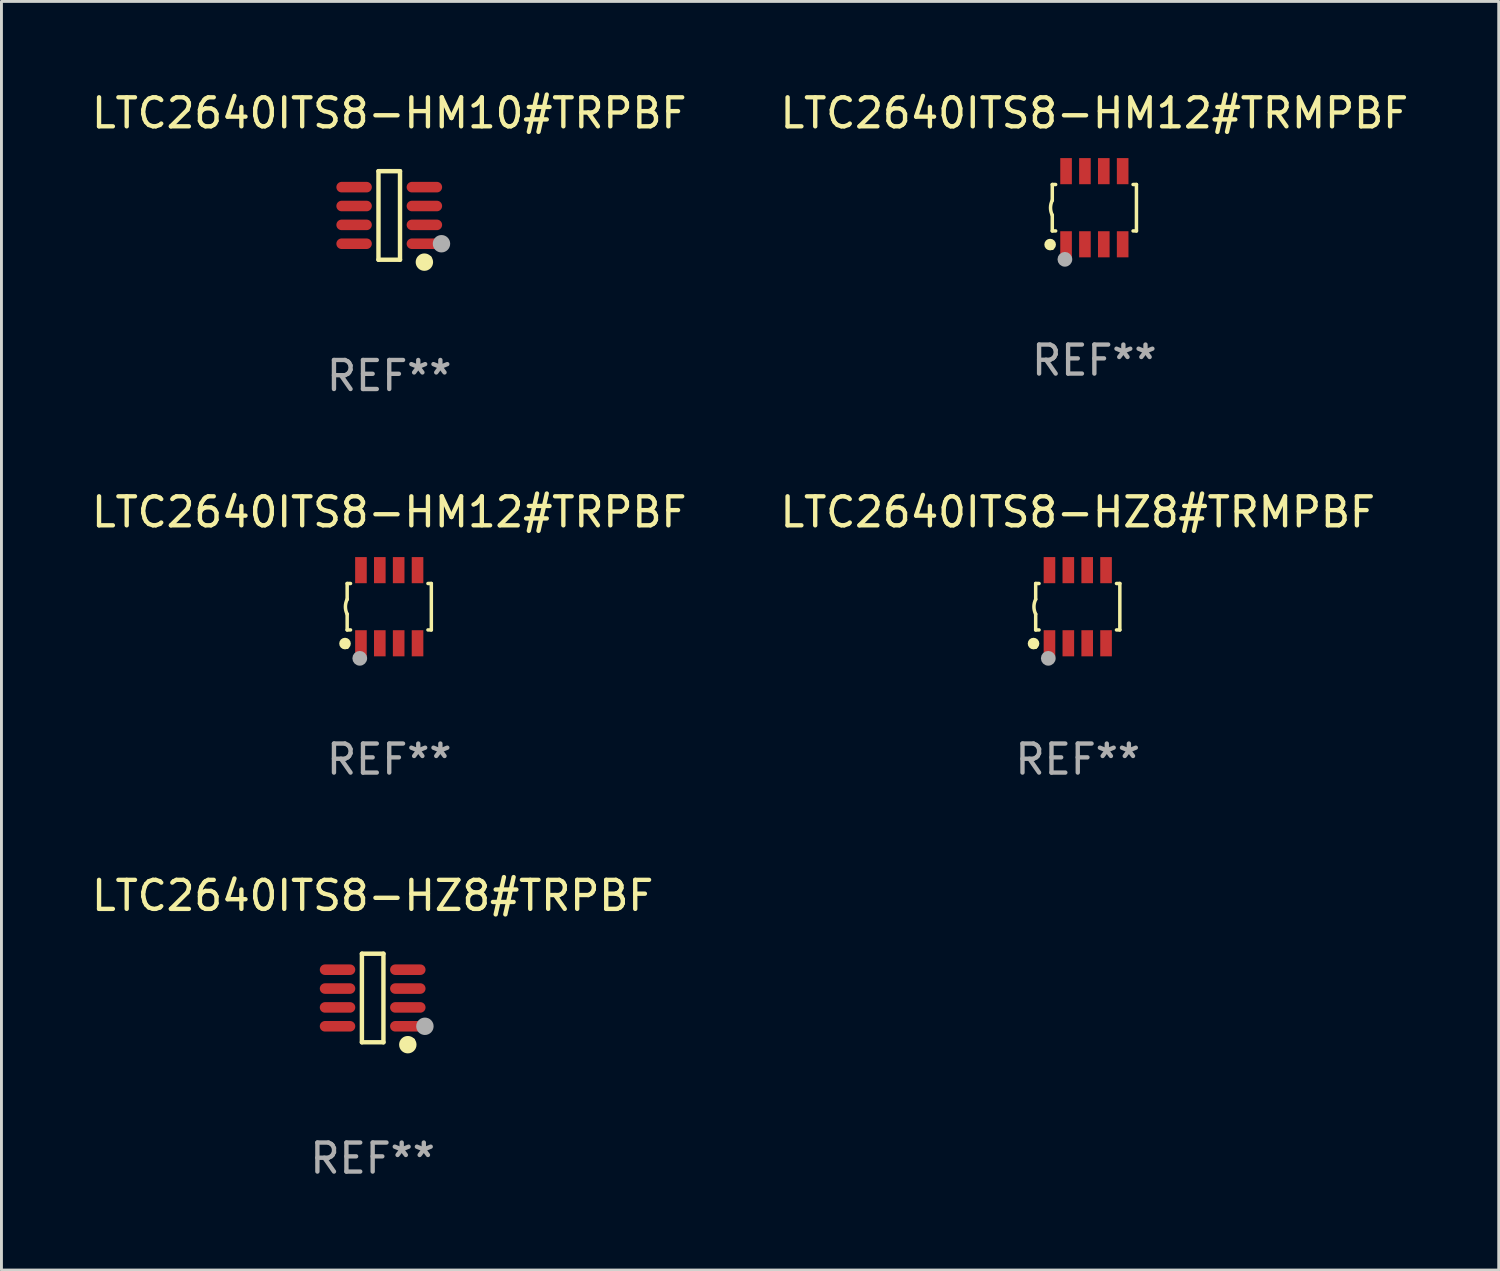
<source format=kicad_pcb>
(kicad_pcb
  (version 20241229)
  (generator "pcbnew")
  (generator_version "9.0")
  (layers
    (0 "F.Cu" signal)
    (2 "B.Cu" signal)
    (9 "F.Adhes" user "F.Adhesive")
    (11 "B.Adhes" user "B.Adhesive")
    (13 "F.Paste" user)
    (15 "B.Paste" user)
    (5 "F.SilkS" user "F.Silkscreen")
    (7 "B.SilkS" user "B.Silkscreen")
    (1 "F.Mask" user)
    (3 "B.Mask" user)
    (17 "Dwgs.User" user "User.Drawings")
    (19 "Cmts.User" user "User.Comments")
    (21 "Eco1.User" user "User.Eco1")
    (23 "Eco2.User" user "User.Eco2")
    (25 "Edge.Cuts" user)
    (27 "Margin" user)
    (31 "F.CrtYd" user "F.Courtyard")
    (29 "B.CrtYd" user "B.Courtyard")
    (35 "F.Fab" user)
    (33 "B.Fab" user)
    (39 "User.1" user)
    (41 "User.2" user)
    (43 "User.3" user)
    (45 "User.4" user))
  (footprint "LTC2640ITS8-HM12#TRPBF"
    (layer "F.Cu")
    (at 10.363 17.857)
    (property "Reference" "LTC2640ITS8-HM12#TRPBF" (at 0 -3.26 0) (layer "F.SilkS") (effects (font (size 1 1) (thickness 0.15))))
    (attr through_hole)
    (fp_line (start -1.45 -0.8) (end -1.45 -0.254) (stroke (width 0.12) (type solid)) (layer "F.SilkS"))
    (fp_line (start -1.45 -0.8) (end -1.334 -0.8) (stroke (width 0.12) (type solid)) (layer "F.SilkS"))
    (fp_line (start -1.45 0.8) (end -1.45 0.254) (stroke (width 0.12) (type solid)) (layer "F.SilkS"))
    (fp_line (start -1.45 0.8) (end -1.334 0.8) (stroke (width 0.12) (type solid)) (layer "F.SilkS"))
    (fp_line (start 1.334 -0.8) (end 1.45 -0.8) (stroke (width 0.12) (type solid)) (layer "F.SilkS"))
    (fp_line (start 1.334 0.8) (end 1.45 0.8) (stroke (width 0.12) (type solid)) (layer "F.SilkS"))
    (fp_line (start 1.45 0.8) (end 1.45 -0.8) (stroke (width 0.12) (type solid)) (layer "F.SilkS"))
    (fp_arc (start -1.45075 0.255144) (mid -1.510605 0.000434) (end -1.450013 -0.254102) (stroke (width 0.11999) (type solid)) (layer "F.SilkS"))
    (fp_circle (center -1.524 1.27) (end -1.424 1.27) (stroke (width 0.2) (type solid)) (fill no) (layer "F.SilkS"))
    (fp_circle (center -1.45 1.4) (end -1.42 1.4) (stroke (width 0.06) (type solid)) (fill no) (layer "F.SilkS"))
    (fp_circle (center -1.016 1.778) (end -0.889 1.778) (stroke (width 0.254) (type solid)) (fill no) (layer "F.Fab"))
    (fp_text user "REF**" (at 0 5.26 0) (layer "F.Fab") (effects (font (size 1 1) (thickness 0.15))))
    (pad "1" smd rect (at -0.975 1.26) (size 0.4 0.9) (layers "F.Cu" "F.Mask" "F.Paste"))
    (pad "2" smd rect (at -0.325 1.26) (size 0.4 0.9) (layers "F.Cu" "F.Mask" "F.Paste"))
    (pad "3" smd rect (at 0.325 1.26) (size 0.4 0.9) (layers "F.Cu" "F.Mask" "F.Paste"))
    (pad "4" smd rect (at 0.975 1.26) (size 0.4 0.9) (layers "F.Cu" "F.Mask" "F.Paste"))
    (pad "5" smd rect (at 0.975 -1.26) (size 0.4 0.9) (layers "F.Cu" "F.Mask" "F.Paste"))
    (pad "6" smd rect (at 0.325 -1.26) (size 0.4 0.9) (layers "F.Cu" "F.Mask" "F.Paste"))
    (pad "7" smd rect (at -0.325 -1.26) (size 0.4 0.9) (layers "F.Cu" "F.Mask" "F.Paste"))
    (pad "8" smd rect (at -0.975 -1.26) (size 0.4 0.9) (layers "F.Cu" "F.Mask" "F.Paste")))
  (footprint "LTC2640ITS8-HZ8#TRMPBF"
    (layer "F.Cu")
    (at 34.089 17.857)
    (property "Reference" "LTC2640ITS8-HZ8#TRMPBF" (at 0 -3.26 0) (layer "F.SilkS") (effects (font (size 1 1) (thickness 0.15))))
    (attr through_hole)
    (fp_line (start -1.45 -0.8) (end -1.45 -0.254) (stroke (width 0.12) (type solid)) (layer "F.SilkS"))
    (fp_line (start -1.45 -0.8) (end -1.334 -0.8) (stroke (width 0.12) (type solid)) (layer "F.SilkS"))
    (fp_line (start -1.45 0.8) (end -1.45 0.254) (stroke (width 0.12) (type solid)) (layer "F.SilkS"))
    (fp_line (start -1.45 0.8) (end -1.334 0.8) (stroke (width 0.12) (type solid)) (layer "F.SilkS"))
    (fp_line (start 1.334 -0.8) (end 1.45 -0.8) (stroke (width 0.12) (type solid)) (layer "F.SilkS"))
    (fp_line (start 1.334 0.8) (end 1.45 0.8) (stroke (width 0.12) (type solid)) (layer "F.SilkS"))
    (fp_line (start 1.45 0.8) (end 1.45 -0.8) (stroke (width 0.12) (type solid)) (layer "F.SilkS"))
    (fp_arc (start -1.45075 0.255144) (mid -1.510605 0.000434) (end -1.450013 -0.254102) (stroke (width 0.11999) (type solid)) (layer "F.SilkS"))
    (fp_circle (center -1.524 1.27) (end -1.424 1.27) (stroke (width 0.2) (type solid)) (fill no) (layer "F.SilkS"))
    (fp_circle (center -1.45 1.4) (end -1.42 1.4) (stroke (width 0.06) (type solid)) (fill no) (layer "F.SilkS"))
    (fp_circle (center -1.016 1.778) (end -0.889 1.778) (stroke (width 0.254) (type solid)) (fill no) (layer "F.Fab"))
    (fp_text user "REF**" (at 0 5.26 0) (layer "F.Fab") (effects (font (size 1 1) (thickness 0.15))))
    (pad "1" smd rect (at -0.975 1.26) (size 0.4 0.9) (layers "F.Cu" "F.Mask" "F.Paste"))
    (pad "2" smd rect (at -0.325 1.26) (size 0.4 0.9) (layers "F.Cu" "F.Mask" "F.Paste"))
    (pad "3" smd rect (at 0.325 1.26) (size 0.4 0.9) (layers "F.Cu" "F.Mask" "F.Paste"))
    (pad "4" smd rect (at 0.975 1.26) (size 0.4 0.9) (layers "F.Cu" "F.Mask" "F.Paste"))
    (pad "5" smd rect (at 0.975 -1.26) (size 0.4 0.9) (layers "F.Cu" "F.Mask" "F.Paste"))
    (pad "6" smd rect (at 0.325 -1.26) (size 0.4 0.9) (layers "F.Cu" "F.Mask" "F.Paste"))
    (pad "7" smd rect (at -0.325 -1.26) (size 0.4 0.9) (layers "F.Cu" "F.Mask" "F.Paste"))
    (pad "8" smd rect (at -0.975 -1.26) (size 0.4 0.9) (layers "F.Cu" "F.Mask" "F.Paste")))
  (footprint "LTC2640ITS8-HZ8#TRPBF"
    (layer "F.Cu")
    (at 9.792 31.34)
    (property "Reference" "LTC2640ITS8-HZ8#TRPBF" (at 0 -3.526 0) (layer "F.SilkS") (effects (font (size 1 1) (thickness 0.15))))
    (attr through_hole)
    (fp_line (start -0.371 -1.526) (end 0.371 -1.526) (stroke (width 0.152) (type solid)) (layer "F.SilkS"))
    (fp_line (start -0.371 1.526) (end -0.371 -1.526) (stroke (width 0.152) (type solid)) (layer "F.SilkS"))
    (fp_line (start 0.371 -1.526) (end 0.371 1.526) (stroke (width 0.152) (type solid)) (layer "F.SilkS"))
    (fp_line (start 0.371 1.526) (end -0.371 1.526) (stroke (width 0.152) (type solid)) (layer "F.SilkS"))
    (fp_circle (center 1.211 1.609) (end 1.361 1.609) (stroke (width 0.3) (type solid)) (fill no) (layer "F.SilkS"))
    (fp_circle (center 1.4 1.45) (end 1.43 1.45) (stroke (width 0.06) (type solid)) (fill no) (layer "F.SilkS"))
    (fp_circle (center 1.8 0.975) (end 1.95 0.975) (stroke (width 0.3) (type solid)) (fill no) (layer "F.Fab"))
    (fp_text user "REF**" (at 0 5.526 0) (layer "F.Fab") (effects (font (size 1 1) (thickness 0.15))))
    (pad "1" smd oval (at 1.211 0.975) (size 1.222 0.364) (layers "F.Cu" "F.Mask" "F.Paste"))
    (pad "2" smd oval (at 1.211 0.325) (size 1.222 0.364) (layers "F.Cu" "F.Mask" "F.Paste"))
    (pad "3" smd oval (at 1.211 -0.325) (size 1.222 0.364) (layers "F.Cu" "F.Mask" "F.Paste"))
    (pad "4" smd oval (at 1.211 -0.975) (size 1.222 0.364) (layers "F.Cu" "F.Mask" "F.Paste"))
    (pad "5" smd oval (at -1.211 -0.975) (size 1.222 0.364) (layers "F.Cu" "F.Mask" "F.Paste"))
    (pad "6" smd oval (at -1.211 -0.325) (size 1.222 0.364) (layers "F.Cu" "F.Mask" "F.Paste"))
    (pad "7" smd oval (at -1.211 0.325) (size 1.222 0.364) (layers "F.Cu" "F.Mask" "F.Paste"))
    (pad "8" smd oval (at -1.211 0.975) (size 1.222 0.364) (layers "F.Cu" "F.Mask" "F.Paste")))
  (footprint "LTC2640ITS8-HM12#TRMPBF"
    (layer "F.Cu")
    (at 34.661 4.108)
    (property "Reference" "LTC2640ITS8-HM12#TRMPBF" (at 0 -3.26 0) (layer "F.SilkS") (effects (font (size 1 1) (thickness 0.15))))
    (attr through_hole)
    (fp_line (start -1.45 -0.8) (end -1.45 -0.254) (stroke (width 0.12) (type solid)) (layer "F.SilkS"))
    (fp_line (start -1.45 -0.8) (end -1.334 -0.8) (stroke (width 0.12) (type solid)) (layer "F.SilkS"))
    (fp_line (start -1.45 0.8) (end -1.45 0.254) (stroke (width 0.12) (type solid)) (layer "F.SilkS"))
    (fp_line (start -1.45 0.8) (end -1.334 0.8) (stroke (width 0.12) (type solid)) (layer "F.SilkS"))
    (fp_line (start 1.334 -0.8) (end 1.45 -0.8) (stroke (width 0.12) (type solid)) (layer "F.SilkS"))
    (fp_line (start 1.334 0.8) (end 1.45 0.8) (stroke (width 0.12) (type solid)) (layer "F.SilkS"))
    (fp_line (start 1.45 0.8) (end 1.45 -0.8) (stroke (width 0.12) (type solid)) (layer "F.SilkS"))
    (fp_arc (start -1.45075 0.255144) (mid -1.510605 0.000434) (end -1.450013 -0.254102) (stroke (width 0.11999) (type solid)) (layer "F.SilkS"))
    (fp_circle (center -1.524 1.27) (end -1.424 1.27) (stroke (width 0.2) (type solid)) (fill no) (layer "F.SilkS"))
    (fp_circle (center -1.45 1.4) (end -1.42 1.4) (stroke (width 0.06) (type solid)) (fill no) (layer "F.SilkS"))
    (fp_circle (center -1.016 1.778) (end -0.889 1.778) (stroke (width 0.254) (type solid)) (fill no) (layer "F.Fab"))
    (fp_text user "REF**" (at 0 5.26 0) (layer "F.Fab") (effects (font (size 1 1) (thickness 0.15))))
    (pad "1" smd rect (at -0.975 1.26) (size 0.4 0.9) (layers "F.Cu" "F.Mask" "F.Paste"))
    (pad "2" smd rect (at -0.325 1.26) (size 0.4 0.9) (layers "F.Cu" "F.Mask" "F.Paste"))
    (pad "3" smd rect (at 0.325 1.26) (size 0.4 0.9) (layers "F.Cu" "F.Mask" "F.Paste"))
    (pad "4" smd rect (at 0.975 1.26) (size 0.4 0.9) (layers "F.Cu" "F.Mask" "F.Paste"))
    (pad "5" smd rect (at 0.975 -1.26) (size 0.4 0.9) (layers "F.Cu" "F.Mask" "F.Paste"))
    (pad "6" smd rect (at 0.325 -1.26) (size 0.4 0.9) (layers "F.Cu" "F.Mask" "F.Paste"))
    (pad "7" smd rect (at -0.325 -1.26) (size 0.4 0.9) (layers "F.Cu" "F.Mask" "F.Paste"))
    (pad "8" smd rect (at -0.975 -1.26) (size 0.4 0.9) (layers "F.Cu" "F.Mask" "F.Paste")))
  (footprint "LTC2640ITS8-HM10#TRPBF"
    (layer "F.Cu")
    (at 10.363 4.374)
    (property "Reference" "LTC2640ITS8-HM10#TRPBF" (at 0 -3.526 0) (layer "F.SilkS") (effects (font (size 1 1) (thickness 0.15))))
    (attr through_hole)
    (fp_line (start -0.371 -1.526) (end 0.371 -1.526) (stroke (width 0.152) (type solid)) (layer "F.SilkS"))
    (fp_line (start -0.371 1.526) (end -0.371 -1.526) (stroke (width 0.152) (type solid)) (layer "F.SilkS"))
    (fp_line (start 0.371 -1.526) (end 0.371 1.526) (stroke (width 0.152) (type solid)) (layer "F.SilkS"))
    (fp_line (start 0.371 1.526) (end -0.371 1.526) (stroke (width 0.152) (type solid)) (layer "F.SilkS"))
    (fp_circle (center 1.211 1.609) (end 1.361 1.609) (stroke (width 0.3) (type solid)) (fill no) (layer "F.SilkS"))
    (fp_circle (center 1.4 1.45) (end 1.43 1.45) (stroke (width 0.06) (type solid)) (fill no) (layer "F.SilkS"))
    (fp_circle (center 1.8 0.975) (end 1.95 0.975) (stroke (width 0.3) (type solid)) (fill no) (layer "F.Fab"))
    (fp_text user "REF**" (at 0 5.526 0) (layer "F.Fab") (effects (font (size 1 1) (thickness 0.15))))
    (pad "1" smd oval (at 1.211 0.975) (size 1.222 0.364) (layers "F.Cu" "F.Mask" "F.Paste"))
    (pad "2" smd oval (at 1.211 0.325) (size 1.222 0.364) (layers "F.Cu" "F.Mask" "F.Paste"))
    (pad "3" smd oval (at 1.211 -0.325) (size 1.222 0.364) (layers "F.Cu" "F.Mask" "F.Paste"))
    (pad "4" smd oval (at 1.211 -0.975) (size 1.222 0.364) (layers "F.Cu" "F.Mask" "F.Paste"))
    (pad "5" smd oval (at -1.211 -0.975) (size 1.222 0.364) (layers "F.Cu" "F.Mask" "F.Paste"))
    (pad "6" smd oval (at -1.211 -0.325) (size 1.222 0.364) (layers "F.Cu" "F.Mask" "F.Paste"))
    (pad "7" smd oval (at -1.211 0.325) (size 1.222 0.364) (layers "F.Cu" "F.Mask" "F.Paste"))
    (pad "8" smd oval (at -1.211 0.975) (size 1.222 0.364) (layers "F.Cu" "F.Mask" "F.Paste")))
  (gr_rect
    (start -3 -3)
    (end 48.595 40.714)
    (stroke (width 0.1) (type default))
    (fill no)
    (layer "Edge.Cuts")))
</source>
